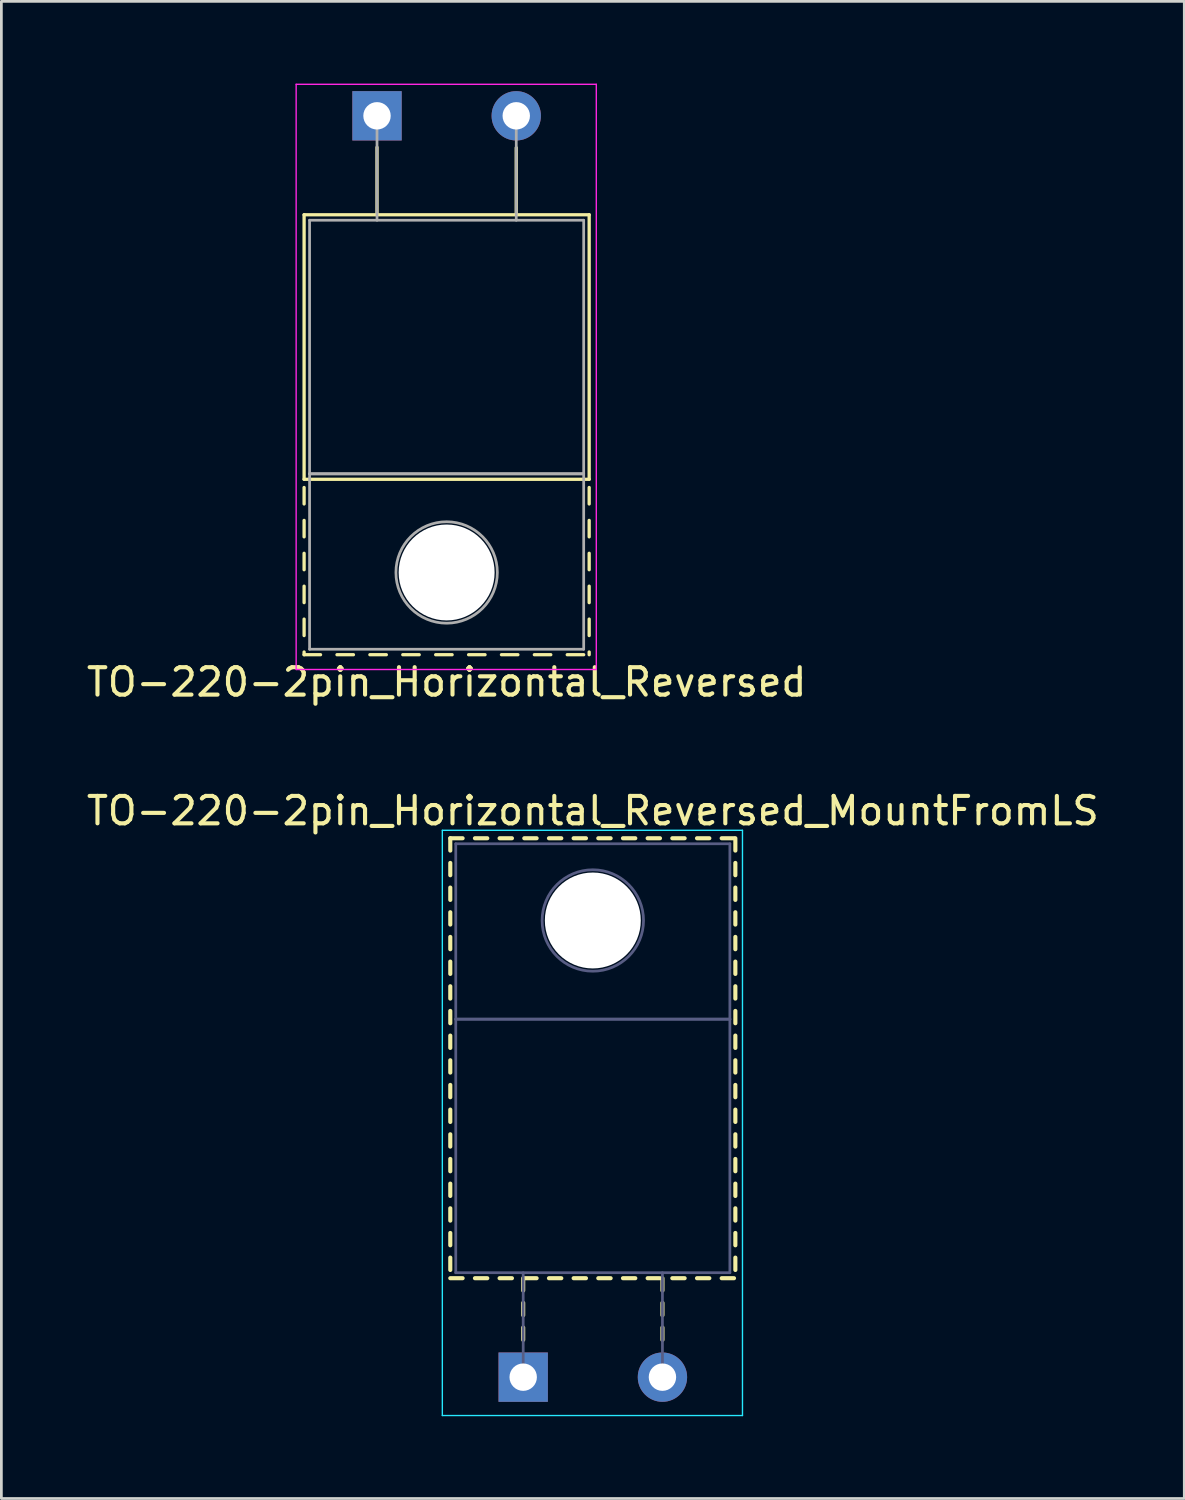
<source format=kicad_pcb>
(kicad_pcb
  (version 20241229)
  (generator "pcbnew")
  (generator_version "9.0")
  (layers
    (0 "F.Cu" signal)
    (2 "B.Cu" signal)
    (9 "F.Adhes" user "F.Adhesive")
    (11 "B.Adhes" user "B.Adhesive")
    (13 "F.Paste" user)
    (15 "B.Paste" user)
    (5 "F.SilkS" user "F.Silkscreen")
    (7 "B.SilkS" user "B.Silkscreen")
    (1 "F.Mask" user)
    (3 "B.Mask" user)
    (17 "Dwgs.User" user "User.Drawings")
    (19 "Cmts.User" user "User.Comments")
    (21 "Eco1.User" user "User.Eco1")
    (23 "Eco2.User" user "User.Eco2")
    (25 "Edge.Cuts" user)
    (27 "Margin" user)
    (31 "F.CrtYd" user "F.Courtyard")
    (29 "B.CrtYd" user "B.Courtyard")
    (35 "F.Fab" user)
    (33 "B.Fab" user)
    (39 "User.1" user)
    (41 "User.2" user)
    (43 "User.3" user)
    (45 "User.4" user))
  (footprint "TO-220-2pin_Horizontal_Reversed"
    (layer "F.Cu")
    (at 10.704 1.175)
    (property "Reference" "TO-220-2pin_Horizontal_Reversed" (at 2.54 20.66 0) (layer "F.SilkS") (effects (font (size 1 1) (thickness 0.15))))
    (attr through_hole)
    (fp_line (start -2.66 3.61) (end -2.66 13.26) (stroke (width 0.12) (type solid)) (layer "F.SilkS"))
    (fp_line (start -2.66 3.61) (end 7.74 3.61) (stroke (width 0.12) (type solid)) (layer "F.SilkS"))
    (fp_line (start -2.66 13.26) (end 7.74 13.26) (stroke (width 0.12) (type solid)) (layer "F.SilkS"))
    (fp_line (start -2.66 13.56) (end -2.66 14.16) (stroke (width 0.12) (type solid)) (layer "F.SilkS"))
    (fp_line (start -2.66 14.76) (end -2.66 15.36) (stroke (width 0.12) (type solid)) (layer "F.SilkS"))
    (fp_line (start -2.66 15.96) (end -2.66 16.56) (stroke (width 0.12) (type solid)) (layer "F.SilkS"))
    (fp_line (start -2.66 17.16) (end -2.66 17.76) (stroke (width 0.12) (type solid)) (layer "F.SilkS"))
    (fp_line (start -2.66 18.361) (end -2.66 18.961) (stroke (width 0.12) (type solid)) (layer "F.SilkS"))
    (fp_line (start -2.66 19.561) (end -2.66 19.66) (stroke (width 0.12) (type solid)) (layer "F.SilkS"))
    (fp_line (start -2.66 19.66) (end -2.06 19.66) (stroke (width 0.12) (type solid)) (layer "F.SilkS"))
    (fp_line (start -1.46 19.66) (end -0.86 19.66) (stroke (width 0.12) (type solid)) (layer "F.SilkS"))
    (fp_line (start -0.26 19.66) (end 0.34 19.66) (stroke (width 0.12) (type solid)) (layer "F.SilkS"))
    (fp_line (start 0 1.15) (end 0 3.61) (stroke (width 0.12) (type solid)) (layer "F.SilkS"))
    (fp_line (start 0.94 19.66) (end 1.54 19.66) (stroke (width 0.12) (type solid)) (layer "F.SilkS"))
    (fp_line (start 2.14 19.66) (end 2.74 19.66) (stroke (width 0.12) (type solid)) (layer "F.SilkS"))
    (fp_line (start 3.341 19.66) (end 3.941 19.66) (stroke (width 0.12) (type solid)) (layer "F.SilkS"))
    (fp_line (start 4.54 19.66) (end 5.14 19.66) (stroke (width 0.12) (type solid)) (layer "F.SilkS"))
    (fp_line (start 5.08 1.165) (end 5.08 3.61) (stroke (width 0.12) (type solid)) (layer "F.SilkS"))
    (fp_line (start 5.74 19.66) (end 6.34 19.66) (stroke (width 0.12) (type solid)) (layer "F.SilkS"))
    (fp_line (start 6.94 19.66) (end 7.54 19.66) (stroke (width 0.12) (type solid)) (layer "F.SilkS"))
    (fp_line (start 7.74 3.61) (end 7.74 13.26) (stroke (width 0.12) (type solid)) (layer "F.SilkS"))
    (fp_line (start 7.74 13.56) (end 7.74 14.16) (stroke (width 0.12) (type solid)) (layer "F.SilkS"))
    (fp_line (start 7.74 14.76) (end 7.74 15.36) (stroke (width 0.12) (type solid)) (layer "F.SilkS"))
    (fp_line (start 7.74 15.96) (end 7.74 16.56) (stroke (width 0.12) (type solid)) (layer "F.SilkS"))
    (fp_line (start 7.74 17.16) (end 7.74 17.76) (stroke (width 0.12) (type solid)) (layer "F.SilkS"))
    (fp_line (start 7.74 18.361) (end 7.74 18.961) (stroke (width 0.12) (type solid)) (layer "F.SilkS"))
    (fp_line (start 7.74 19.561) (end 7.74 19.66) (stroke (width 0.12) (type solid)) (layer "F.SilkS"))
    (fp_line (start -2.95 -1.15) (end -2.95 20.2) (stroke (width 0.05) (type solid)) (layer "F.CrtYd"))
    (fp_line (start -2.95 20.2) (end 8 20.2) (stroke (width 0.05) (type solid)) (layer "F.CrtYd"))
    (fp_line (start 8 -1.15) (end -2.95 -1.15) (stroke (width 0.05) (type solid)) (layer "F.CrtYd"))
    (fp_line (start 8 20.2) (end 8 -1.15) (stroke (width 0.05) (type solid)) (layer "F.CrtYd"))
    (fp_line (start -2.46 3.81) (end -2.46 13.06) (stroke (width 0.1) (type solid)) (layer "F.Fab"))
    (fp_line (start -2.46 13.06) (end -2.46 19.46) (stroke (width 0.1) (type solid)) (layer "F.Fab"))
    (fp_line (start -2.46 13.06) (end 7.54 13.06) (stroke (width 0.1) (type solid)) (layer "F.Fab"))
    (fp_line (start -2.46 19.46) (end 7.54 19.46) (stroke (width 0.1) (type solid)) (layer "F.Fab"))
    (fp_line (start 0 3.81) (end 0 0) (stroke (width 0.1) (type solid)) (layer "F.Fab"))
    (fp_line (start 5.08 3.81) (end 5.08 0) (stroke (width 0.1) (type solid)) (layer "F.Fab"))
    (fp_line (start 7.54 3.81) (end -2.46 3.81) (stroke (width 0.1) (type solid)) (layer "F.Fab"))
    (fp_line (start 7.54 13.06) (end -2.46 13.06) (stroke (width 0.1) (type solid)) (layer "F.Fab"))
    (fp_line (start 7.54 13.06) (end 7.54 3.81) (stroke (width 0.1) (type solid)) (layer "F.Fab"))
    (fp_line (start 7.54 19.46) (end 7.54 13.06) (stroke (width 0.1) (type solid)) (layer "F.Fab"))
    (fp_circle (center 2.54 16.66) (end 4.39 16.66) (stroke (width 0.1) (type solid)) (fill no) (layer "F.Fab"))
    (pad "" np_thru_hole oval (at 2.54 16.66) (size 3.5 3.5) (drill 3.5) (layers "*.Cu" "*.Mask"))
    (pad "1" thru_hole rect (at 0 0) (size 1.8 1.8) (drill 1) (layers "*.Cu" "*.Mask"))
    (pad "2" thru_hole oval (at 5.08 0) (size 1.8 1.8) (drill 1) (layers "*.Cu" "*.Mask")))
  (footprint "TO-220-2pin_Horizontal_Reversed_MountFromLS"
    (layer "F.Cu")
    (at 16.037 47.191)
    (property "Reference" "TO-220-2pin_Horizontal_Reversed_MountFromLS" (at 2.54 -20.66 0) (layer "F.SilkS") (effects (font (size 1 1) (thickness 0.15))))
    (attr through_hole)
    (fp_line (start -2.66 -19.66) (end -2.66 -19.21) (stroke (width 0.15) (type solid)) (layer "F.SilkS"))
    (fp_line (start -2.66 -19.66) (end -2.21 -19.66) (stroke (width 0.15) (type solid)) (layer "F.SilkS"))
    (fp_line (start -2.66 -18.76) (end -2.66 -18.311) (stroke (width 0.15) (type solid)) (layer "F.SilkS"))
    (fp_line (start -2.66 -17.861) (end -2.66 -17.411) (stroke (width 0.15) (type solid)) (layer "F.SilkS"))
    (fp_line (start -2.66 -16.961) (end -2.66 -16.511) (stroke (width 0.15) (type solid)) (layer "F.SilkS"))
    (fp_line (start -2.66 -16.061) (end -2.66 -15.611) (stroke (width 0.15) (type solid)) (layer "F.SilkS"))
    (fp_line (start -2.66 -15.161) (end -2.66 -14.711) (stroke (width 0.15) (type solid)) (layer "F.SilkS"))
    (fp_line (start -2.66 -14.261) (end -2.66 -13.811) (stroke (width 0.15) (type solid)) (layer "F.SilkS"))
    (fp_line (start -2.66 -13.361) (end -2.66 -12.911) (stroke (width 0.15) (type solid)) (layer "F.SilkS"))
    (fp_line (start -2.66 -12.461) (end -2.66 -12.011) (stroke (width 0.15) (type solid)) (layer "F.SilkS"))
    (fp_line (start -2.66 -11.561) (end -2.66 -11.111) (stroke (width 0.15) (type solid)) (layer "F.SilkS"))
    (fp_line (start -2.66 -10.661) (end -2.66 -10.211) (stroke (width 0.15) (type solid)) (layer "F.SilkS"))
    (fp_line (start -2.66 -9.761) (end -2.66 -9.311) (stroke (width 0.15) (type solid)) (layer "F.SilkS"))
    (fp_line (start -2.66 -8.861) (end -2.66 -8.411) (stroke (width 0.15) (type solid)) (layer "F.SilkS"))
    (fp_line (start -2.66 -7.961) (end -2.66 -7.511) (stroke (width 0.15) (type solid)) (layer "F.SilkS"))
    (fp_line (start -2.66 -7.061) (end -2.66 -6.611) (stroke (width 0.15) (type solid)) (layer "F.SilkS"))
    (fp_line (start -2.66 -6.161) (end -2.66 -5.711) (stroke (width 0.15) (type solid)) (layer "F.SilkS"))
    (fp_line (start -2.66 -5.261) (end -2.66 -4.811) (stroke (width 0.15) (type solid)) (layer "F.SilkS"))
    (fp_line (start -2.66 -4.361) (end -2.66 -3.911) (stroke (width 0.15) (type solid)) (layer "F.SilkS"))
    (fp_line (start -2.66 -3.61) (end -2.21 -3.61) (stroke (width 0.15) (type solid)) (layer "F.SilkS"))
    (fp_line (start -1.76 -19.66) (end -1.31 -19.66) (stroke (width 0.15) (type solid)) (layer "F.SilkS"))
    (fp_line (start -1.76 -3.61) (end -1.31 -3.61) (stroke (width 0.15) (type solid)) (layer "F.SilkS"))
    (fp_line (start -0.861 -19.66) (end -0.411 -19.66) (stroke (width 0.15) (type solid)) (layer "F.SilkS"))
    (fp_line (start -0.861 -3.61) (end -0.411 -3.61) (stroke (width 0.15) (type solid)) (layer "F.SilkS"))
    (fp_line (start 0 -3.61) (end 0 -3.16) (stroke (width 0.15) (type solid)) (layer "F.SilkS"))
    (fp_line (start 0 -2.71) (end 0 -2.26) (stroke (width 0.15) (type solid)) (layer "F.SilkS"))
    (fp_line (start 0 -1.81) (end 0 -1.36) (stroke (width 0.15) (type solid)) (layer "F.SilkS"))
    (fp_line (start 0.04 -19.66) (end 0.49 -19.66) (stroke (width 0.15) (type solid)) (layer "F.SilkS"))
    (fp_line (start 0.04 -3.61) (end 0.49 -3.61) (stroke (width 0.15) (type solid)) (layer "F.SilkS"))
    (fp_line (start 0.94 -19.66) (end 1.39 -19.66) (stroke (width 0.15) (type solid)) (layer "F.SilkS"))
    (fp_line (start 0.94 -3.61) (end 1.39 -3.61) (stroke (width 0.15) (type solid)) (layer "F.SilkS"))
    (fp_line (start 1.84 -19.66) (end 2.29 -19.66) (stroke (width 0.15) (type solid)) (layer "F.SilkS"))
    (fp_line (start 1.84 -3.61) (end 2.29 -3.61) (stroke (width 0.15) (type solid)) (layer "F.SilkS"))
    (fp_line (start 2.74 -19.66) (end 3.19 -19.66) (stroke (width 0.15) (type solid)) (layer "F.SilkS"))
    (fp_line (start 2.74 -3.61) (end 3.19 -3.61) (stroke (width 0.15) (type solid)) (layer "F.SilkS"))
    (fp_line (start 3.64 -19.66) (end 4.09 -19.66) (stroke (width 0.15) (type solid)) (layer "F.SilkS"))
    (fp_line (start 3.64 -3.61) (end 4.09 -3.61) (stroke (width 0.15) (type solid)) (layer "F.SilkS"))
    (fp_line (start 4.54 -19.66) (end 4.99 -19.66) (stroke (width 0.15) (type solid)) (layer "F.SilkS"))
    (fp_line (start 4.54 -3.61) (end 4.99 -3.61) (stroke (width 0.15) (type solid)) (layer "F.SilkS"))
    (fp_line (start 5.08 -3.61) (end 5.08 -3.16) (stroke (width 0.15) (type solid)) (layer "F.SilkS"))
    (fp_line (start 5.08 -2.71) (end 5.08 -2.26) (stroke (width 0.15) (type solid)) (layer "F.SilkS"))
    (fp_line (start 5.08 -1.81) (end 5.08 -1.36) (stroke (width 0.15) (type solid)) (layer "F.SilkS"))
    (fp_line (start 5.44 -19.66) (end 5.89 -19.66) (stroke (width 0.15) (type solid)) (layer "F.SilkS"))
    (fp_line (start 5.44 -3.61) (end 5.89 -3.61) (stroke (width 0.15) (type solid)) (layer "F.SilkS"))
    (fp_line (start 6.341 -19.66) (end 6.791 -19.66) (stroke (width 0.15) (type solid)) (layer "F.SilkS"))
    (fp_line (start 6.341 -3.61) (end 6.791 -3.61) (stroke (width 0.15) (type solid)) (layer "F.SilkS"))
    (fp_line (start 7.241 -19.66) (end 7.691 -19.66) (stroke (width 0.15) (type solid)) (layer "F.SilkS"))
    (fp_line (start 7.241 -3.61) (end 7.691 -3.61) (stroke (width 0.15) (type solid)) (layer "F.SilkS"))
    (fp_line (start 7.74 -19.66) (end 7.74 -19.21) (stroke (width 0.15) (type solid)) (layer "F.SilkS"))
    (fp_line (start 7.74 -18.76) (end 7.74 -18.311) (stroke (width 0.15) (type solid)) (layer "F.SilkS"))
    (fp_line (start 7.74 -17.861) (end 7.74 -17.411) (stroke (width 0.15) (type solid)) (layer "F.SilkS"))
    (fp_line (start 7.74 -16.961) (end 7.74 -16.511) (stroke (width 0.15) (type solid)) (layer "F.SilkS"))
    (fp_line (start 7.74 -16.061) (end 7.74 -15.611) (stroke (width 0.15) (type solid)) (layer "F.SilkS"))
    (fp_line (start 7.74 -15.161) (end 7.74 -14.711) (stroke (width 0.15) (type solid)) (layer "F.SilkS"))
    (fp_line (start 7.74 -14.261) (end 7.74 -13.811) (stroke (width 0.15) (type solid)) (layer "F.SilkS"))
    (fp_line (start 7.74 -13.361) (end 7.74 -12.911) (stroke (width 0.15) (type solid)) (layer "F.SilkS"))
    (fp_line (start 7.74 -12.461) (end 7.74 -12.011) (stroke (width 0.15) (type solid)) (layer "F.SilkS"))
    (fp_line (start 7.74 -11.561) (end 7.74 -11.111) (stroke (width 0.15) (type solid)) (layer "F.SilkS"))
    (fp_line (start 7.74 -10.661) (end 7.74 -10.211) (stroke (width 0.15) (type solid)) (layer "F.SilkS"))
    (fp_line (start 7.74 -9.761) (end 7.74 -9.311) (stroke (width 0.15) (type solid)) (layer "F.SilkS"))
    (fp_line (start 7.74 -8.861) (end 7.74 -8.411) (stroke (width 0.15) (type solid)) (layer "F.SilkS"))
    (fp_line (start 7.74 -7.961) (end 7.74 -7.511) (stroke (width 0.15) (type solid)) (layer "F.SilkS"))
    (fp_line (start 7.74 -7.061) (end 7.74 -6.611) (stroke (width 0.15) (type solid)) (layer "F.SilkS"))
    (fp_line (start 7.74 -6.161) (end 7.74 -5.711) (stroke (width 0.15) (type solid)) (layer "F.SilkS"))
    (fp_line (start 7.74 -5.261) (end 7.74 -4.811) (stroke (width 0.15) (type solid)) (layer "F.SilkS"))
    (fp_line (start 7.74 -4.361) (end 7.74 -3.911) (stroke (width 0.15) (type solid)) (layer "F.SilkS"))
    (fp_line (start -2.95 -19.95) (end -2.95 1.4) (stroke (width 0.05) (type solid)) (layer "B.CrtYd"))
    (fp_line (start -2.95 1.4) (end 8 1.4) (stroke (width 0.05) (type solid)) (layer "B.CrtYd"))
    (fp_line (start 8 -19.95) (end -2.95 -19.95) (stroke (width 0.05) (type solid)) (layer "B.CrtYd"))
    (fp_line (start 8 1.4) (end 8 -19.95) (stroke (width 0.05) (type solid)) (layer "B.CrtYd"))
    (fp_line (start -2.46 -19.46) (end 7.54 -19.46) (stroke (width 0.1) (type solid)) (layer "B.Fab"))
    (fp_line (start -2.46 -13.06) (end -2.46 -19.46) (stroke (width 0.1) (type solid)) (layer "B.Fab"))
    (fp_line (start -2.46 -13.06) (end 7.54 -13.06) (stroke (width 0.1) (type solid)) (layer "B.Fab"))
    (fp_line (start -2.46 -3.81) (end -2.46 -13.06) (stroke (width 0.1) (type solid)) (layer "B.Fab"))
    (fp_line (start 0 -3.81) (end 0 0) (stroke (width 0.1) (type solid)) (layer "B.Fab"))
    (fp_line (start 5.08 -3.81) (end 5.08 0) (stroke (width 0.1) (type solid)) (layer "B.Fab"))
    (fp_line (start 7.54 -19.46) (end 7.54 -13.06) (stroke (width 0.1) (type solid)) (layer "B.Fab"))
    (fp_line (start 7.54 -13.06) (end -2.46 -13.06) (stroke (width 0.1) (type solid)) (layer "B.Fab"))
    (fp_line (start 7.54 -13.06) (end 7.54 -3.81) (stroke (width 0.1) (type solid)) (layer "B.Fab"))
    (fp_line (start 7.54 -3.81) (end -2.46 -3.81) (stroke (width 0.1) (type solid)) (layer "B.Fab"))
    (fp_circle (center 2.54 -16.66) (end 4.39 -16.66) (stroke (width 0.1) (type solid)) (fill no) (layer "B.Fab"))
    (pad "" np_thru_hole oval (at 2.54 -16.66) (size 3.5 3.5) (drill 3.5) (layers "*.Cu" "*.Mask"))
    (pad "1" thru_hole rect (at 0 0) (size 1.8 1.8) (drill 1) (layers "*.Cu" "*.Mask"))
    (pad "2" thru_hole oval (at 5.08 0) (size 1.8 1.8) (drill 1) (layers "*.Cu" "*.Mask")))
  (gr_rect
    (start -3 -3)
    (end 40.155 51.617)
    (stroke (width 0.1) (type default))
    (fill no)
    (layer "Edge.Cuts")))
</source>
